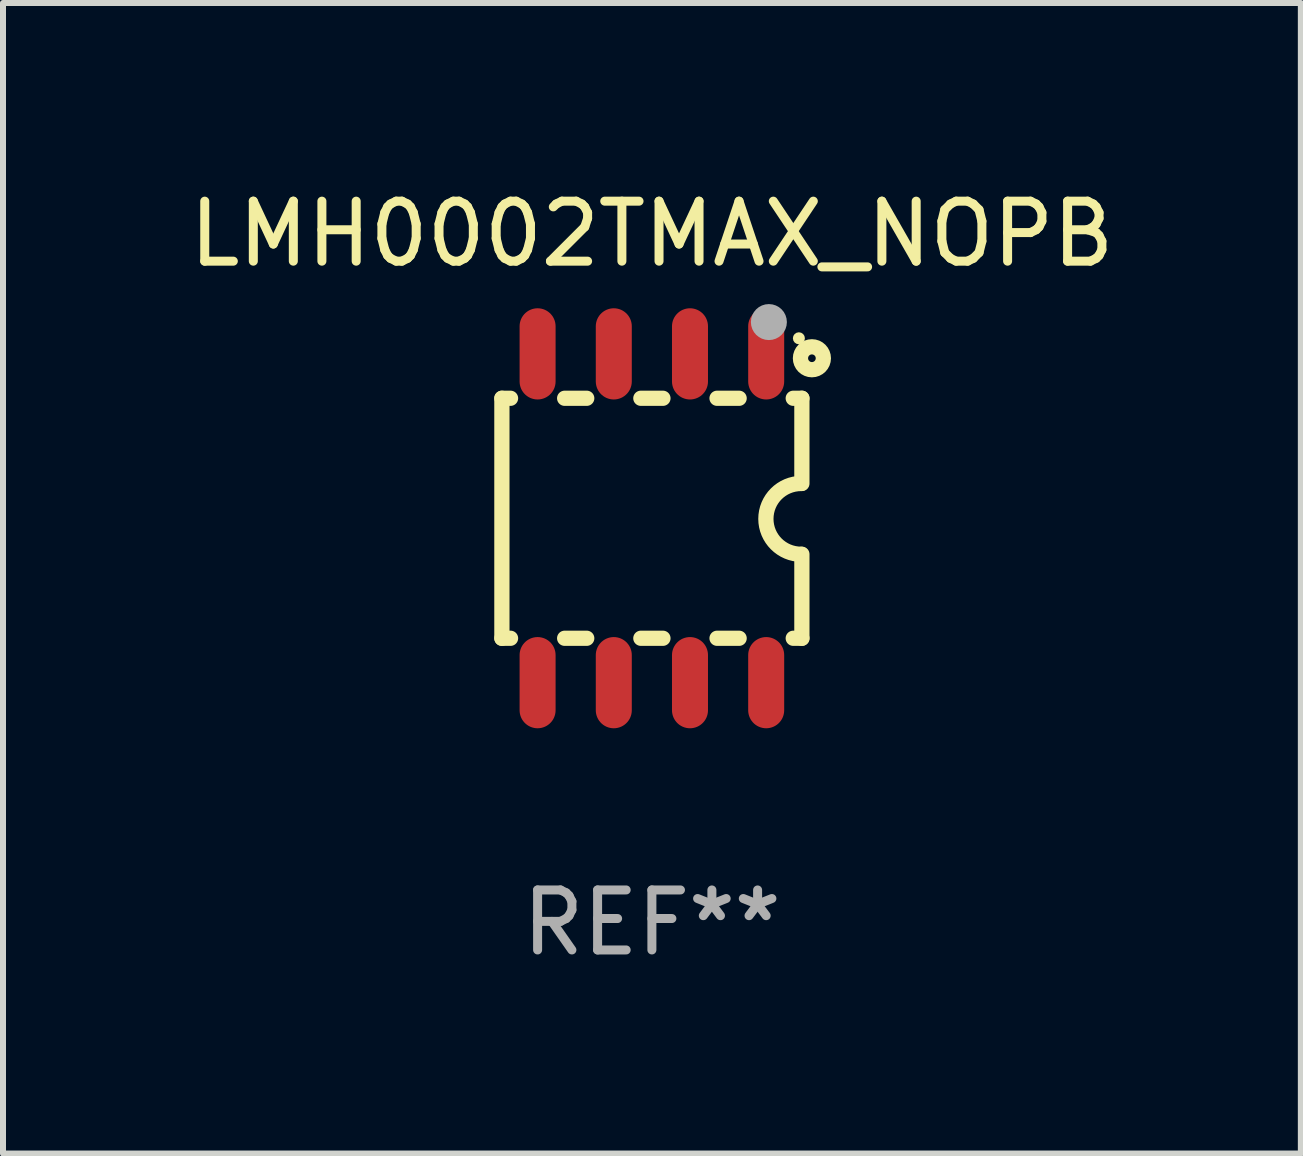
<source format=kicad_pcb>
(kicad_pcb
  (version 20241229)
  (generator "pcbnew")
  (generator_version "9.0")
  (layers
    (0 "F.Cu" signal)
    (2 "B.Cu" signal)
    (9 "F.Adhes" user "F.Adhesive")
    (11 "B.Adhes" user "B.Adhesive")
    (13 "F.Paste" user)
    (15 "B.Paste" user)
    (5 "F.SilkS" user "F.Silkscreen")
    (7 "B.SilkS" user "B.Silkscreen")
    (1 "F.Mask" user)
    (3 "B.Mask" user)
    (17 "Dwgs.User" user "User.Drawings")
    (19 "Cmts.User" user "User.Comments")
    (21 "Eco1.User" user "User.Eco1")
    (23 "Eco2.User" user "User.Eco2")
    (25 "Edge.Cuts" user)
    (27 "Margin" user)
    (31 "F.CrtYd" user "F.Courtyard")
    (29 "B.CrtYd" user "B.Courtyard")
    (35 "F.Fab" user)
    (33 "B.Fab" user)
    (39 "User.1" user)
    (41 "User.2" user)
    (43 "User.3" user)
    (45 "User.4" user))
  (footprint "LMH0002TMAX_NOPB"
    (layer "F.Cu")
    (at 7.815 5.588)
    (property "Reference" "LMH0002TMAX_NOPB" (at 0 -4.74 0) (layer "F.SilkS") (effects (font (size 1 1) (thickness 0.15))))
    (attr through_hole)
    (fp_line (start -2.5 2) (end -2.5 -2) (stroke (width 0.254) (type solid)) (layer "F.SilkS"))
    (fp_line (start -2.356 -2) (end -2.5 -2) (stroke (width 0.254) (type solid)) (layer "F.SilkS"))
    (fp_line (start -2.356 2) (end -2.5 2) (stroke (width 0.254) (type solid)) (layer "F.SilkS"))
    (fp_line (start -1.086 -2) (end -1.454 -2) (stroke (width 0.254) (type solid)) (layer "F.SilkS"))
    (fp_line (start -1.086 2) (end -1.454 2) (stroke (width 0.254) (type solid)) (layer "F.SilkS"))
    (fp_line (start 0.184 -2) (end -0.184 -2) (stroke (width 0.254) (type solid)) (layer "F.SilkS"))
    (fp_line (start 0.184 2) (end -0.184 2) (stroke (width 0.254) (type solid)) (layer "F.SilkS"))
    (fp_line (start 1.454 -2) (end 1.086 -2) (stroke (width 0.254) (type solid)) (layer "F.SilkS"))
    (fp_line (start 1.454 2) (end 1.086 2) (stroke (width 0.254) (type solid)) (layer "F.SilkS"))
    (fp_line (start 2.5 -2) (end 2.356 -2) (stroke (width 0.254) (type solid)) (layer "F.SilkS"))
    (fp_line (start 2.5 -0.58) (end 2.5 -2) (stroke (width 0.254) (type solid)) (layer "F.SilkS"))
    (fp_line (start 2.5 2) (end 2.356 2) (stroke (width 0.254) (type solid)) (layer "F.SilkS"))
    (fp_line (start 2.5 2) (end 2.5 0.6) (stroke (width 0.254) (type solid)) (layer "F.SilkS"))
    (fp_arc (start 2.489992 0.600051) (mid 1.901674 0.010046) (end 2.489992 -0.579959) (stroke (width 0.254001) (type solid)) (layer "F.SilkS"))
    (fp_circle (center 2.45 -3) (end 2.5 -3) (stroke (width 0.1) (type solid)) (fill no) (layer "F.SilkS"))
    (fp_circle (center 2.667 -2.667) (end 2.858 -2.667) (stroke (width 0.254) (type solid)) (fill no) (layer "F.SilkS"))
    (fp_circle (center 1.95 -3.27) (end 2.1 -3.27) (stroke (width 0.3) (type solid)) (fill no) (layer "F.Fab"))
    (fp_text user "REF**" (at 0 6.74 0) (layer "F.Fab") (effects (font (size 1 1) (thickness 0.15))))
    (pad "1" smd oval (at 1.905 -2.74) (size 0.6 1.52) (layers "F.Cu" "F.Mask" "F.Paste"))
    (pad "2" smd oval (at 0.635 -2.74) (size 0.6 1.52) (layers "F.Cu" "F.Mask" "F.Paste"))
    (pad "3" smd oval (at -0.635 -2.74) (size 0.6 1.52) (layers "F.Cu" "F.Mask" "F.Paste"))
    (pad "4" smd oval (at -1.905 -2.74) (size 0.6 1.52) (layers "F.Cu" "F.Mask" "F.Paste"))
    (pad "5" smd oval (at -1.905 2.74) (size 0.6 1.52) (layers "F.Cu" "F.Mask" "F.Paste"))
    (pad "6" smd oval (at -0.635 2.74) (size 0.6 1.52) (layers "F.Cu" "F.Mask" "F.Paste"))
    (pad "7" smd oval (at 0.635 2.74) (size 0.6 1.52) (layers "F.Cu" "F.Mask" "F.Paste"))
    (pad "8" smd oval (at 1.905 2.74) (size 0.6 1.52) (layers "F.Cu" "F.Mask" "F.Paste")))
  (gr_rect
    (start -3 -3)
    (end 18.631 16.176)
    (stroke (width 0.1) (type default))
    (fill no)
    (layer "Edge.Cuts")))
</source>
